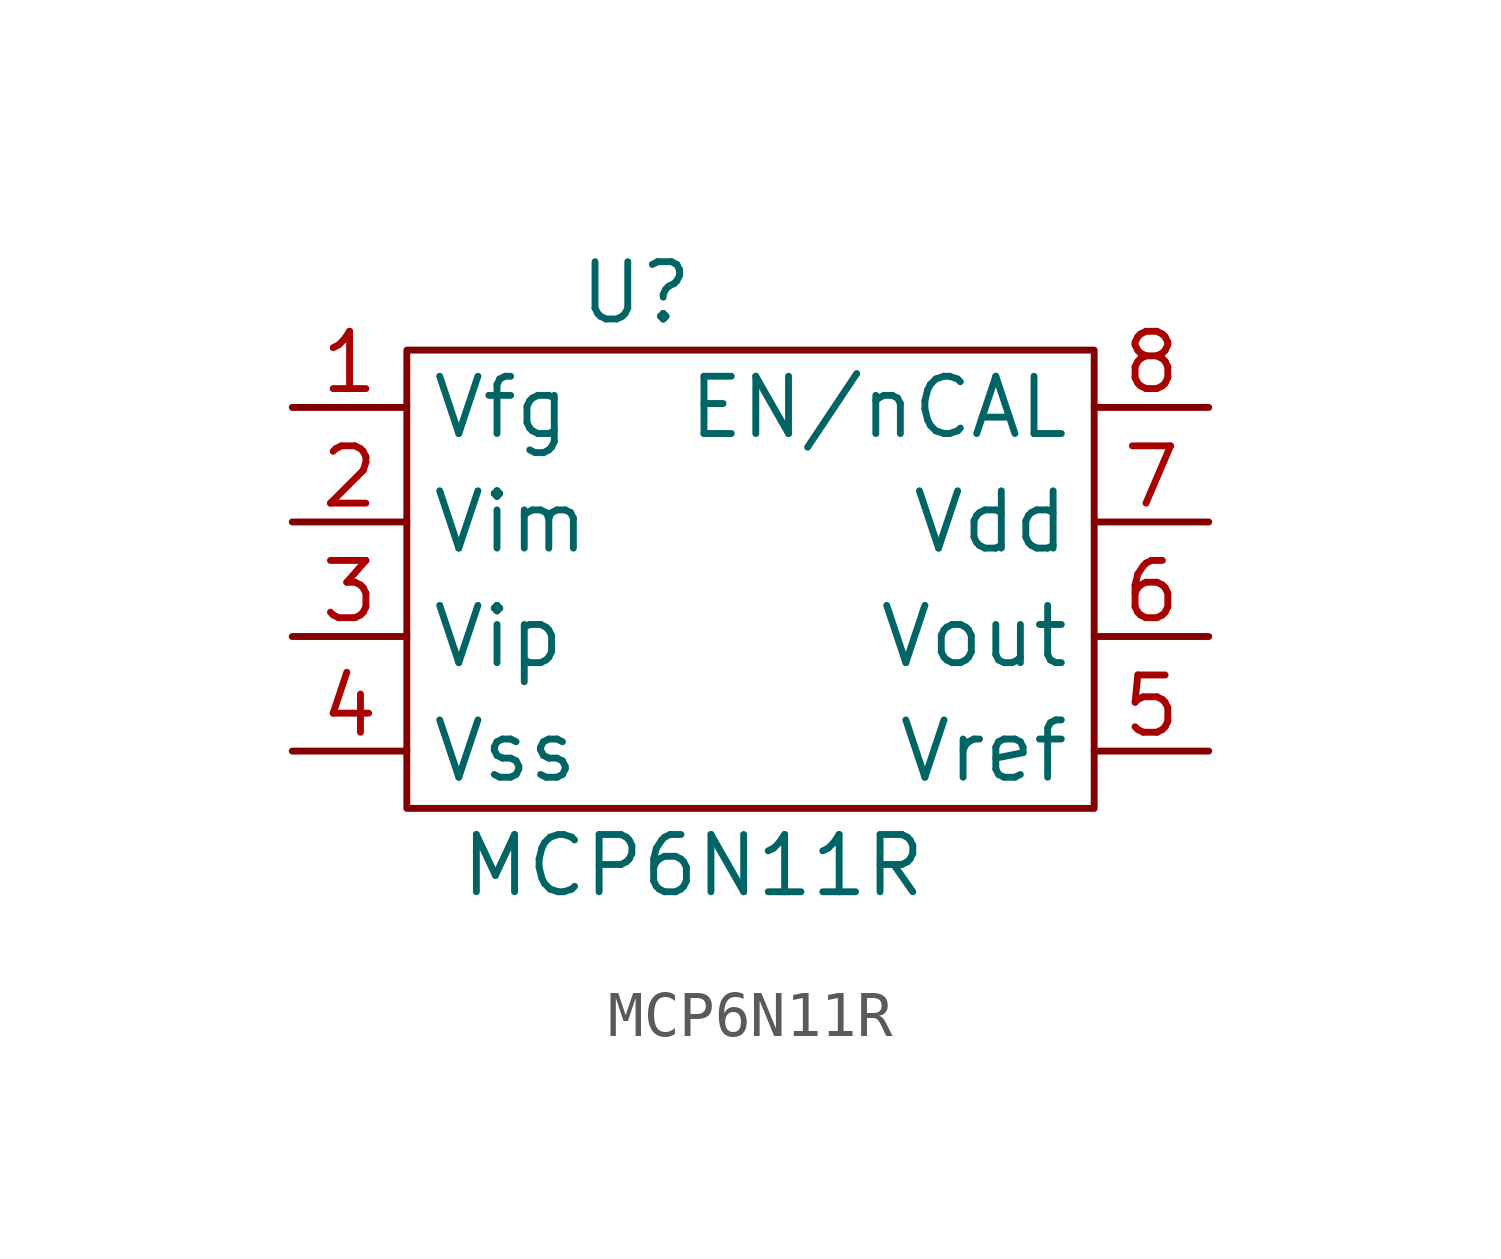
<source format=kicad_sym>
(kicad_symbol_lib
  (version 20211014)
  (generator kicad_symbol_editor)
  (symbol "MCP6N11R"
    (property "Reference" "U"
      (at -2.54 6.35 0)
      (effects (font (size 1.27 1.27))))
    (property "Value" "MCP6N11R"
      (at -1.27 -6.35 0)
      (effects (font (size 1.27 1.27))))
    (symbol "MCP6N11R_0_0"
      (rectangle (start -7.62 5.08) (end 7.62 -5.08) (stroke (width 0) (type default) (color 0 0 0 0)) (fill (type none))))
    (symbol "MCP6N11R_1_1"
      (pin input line (at -10.16 3.81 0) (length 2.54) (name "Vfg" (effects (font (size 1.27 1.27)))) (number "1" (effects (font (size 1.27 1.27)))))
      (pin input line (at -10.16 1.27 0) (length 2.54) (name "Vim" (effects (font (size 1.27 1.27)))) (number "2" (effects (font (size 1.27 1.27)))))
      (pin input line (at -10.16 -1.27 0) (length 2.54) (name "Vip" (effects (font (size 1.27 1.27)))) (number "3" (effects (font (size 1.27 1.27)))))
      (pin input line (at -10.16 -3.81 0) (length 2.54) (name "Vss" (effects (font (size 1.27 1.27)))) (number "4" (effects (font (size 1.27 1.27)))))
      (pin input line (at 10.16 -3.81 180) (length 2.54) (name "Vref" (effects (font (size 1.27 1.27)))) (number "5" (effects (font (size 1.27 1.27)))))
      (pin output line (at 10.16 -1.27 180) (length 2.54) (name "Vout" (effects (font (size 1.27 1.27)))) (number "6" (effects (font (size 1.27 1.27)))))
      (pin input line (at 10.16 1.27 180) (length 2.54) (name "Vdd" (effects (font (size 1.27 1.27)))) (number "7" (effects (font (size 1.27 1.27)))))
      (pin input line (at 10.16 3.81 180) (length 2.54) (name "EN/nCAL" (effects (font (size 1.27 1.27)))) (number "8" (effects (font (size 1.27 1.27))))))))
</source>
